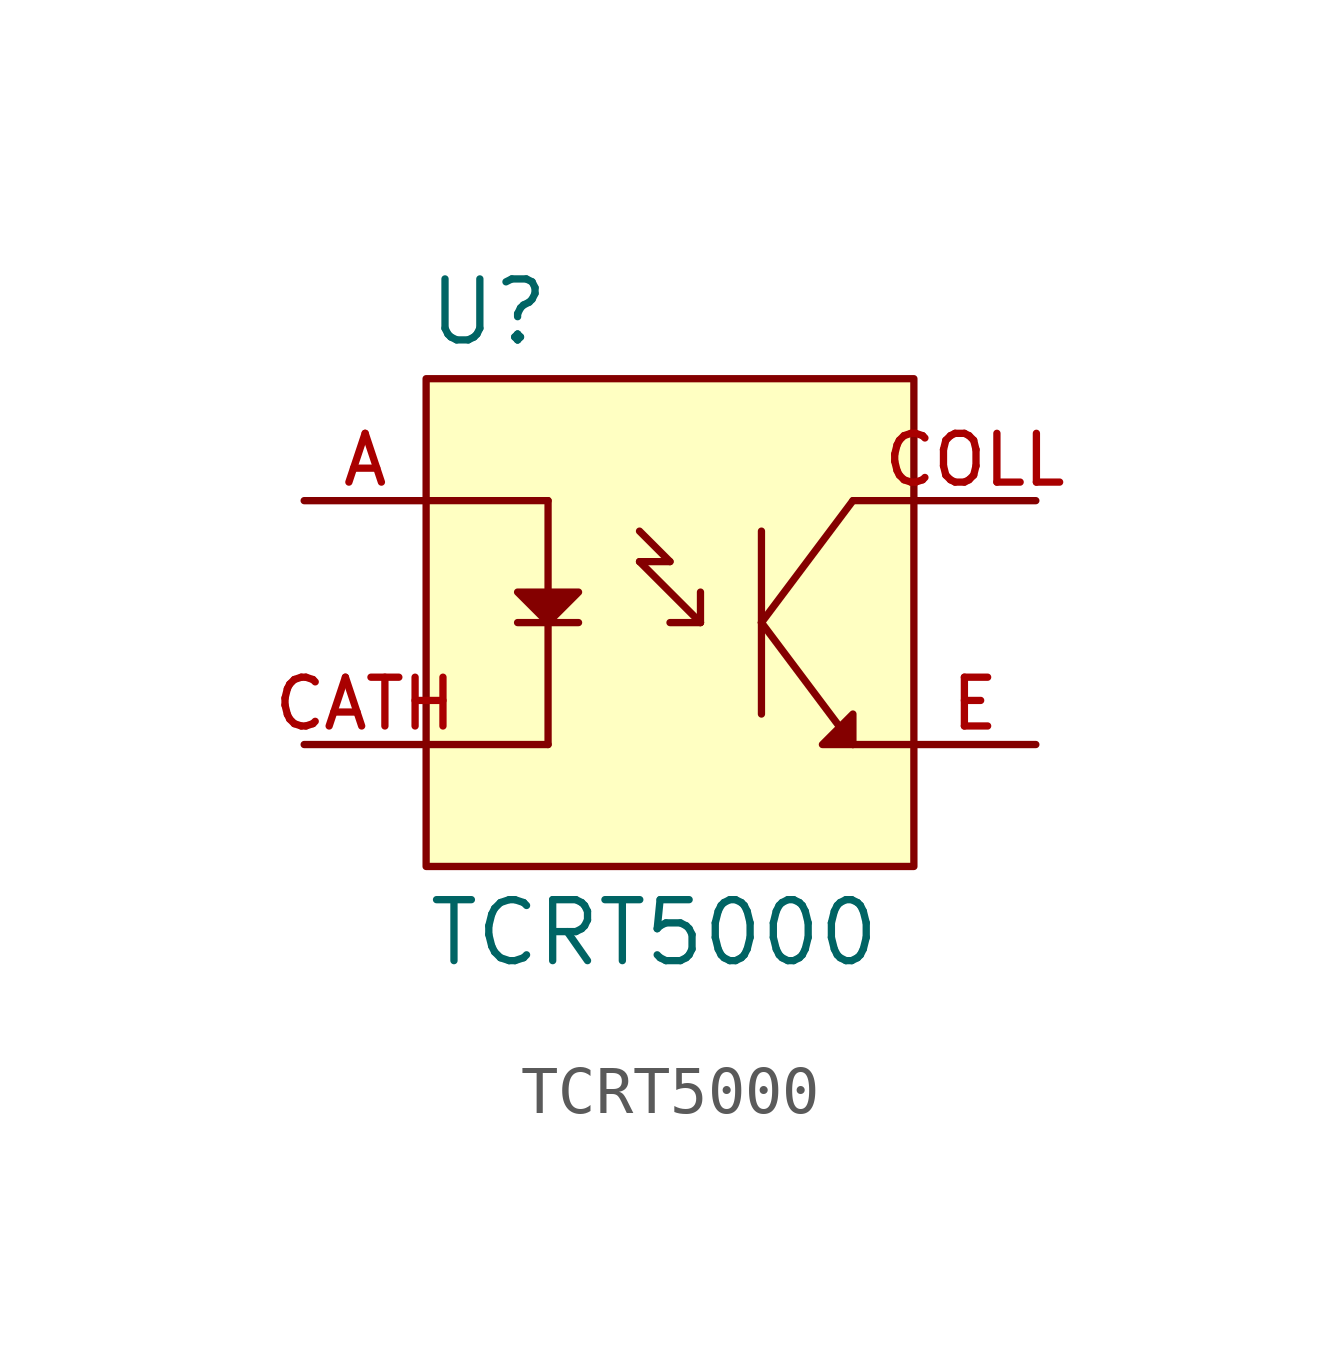
<source format=kicad_sym>
(kicad_symbol_lib
  (version 20211014)
  (generator kicad_symbol_editor)
  (symbol "TCRT5000"
    (pin_names
      (offset 1.016))
    (property "Reference" "U"
      (at -5.089 5.725 0)
      (effects (font (size 1.27 1.27)) (justify bottom left)))
    (property "Value" "TCRT5000"
      (at -5.084 -5.719 0)
      (effects (font (size 1.27 1.27)) (justify top left)))
    (symbol "TCRT5000_0_0"
      (polyline (pts (xy -5.08 2.54) (xy -2.54 2.54)) (stroke (width 0.152)))
      (polyline (pts (xy -2.54 2.54) (xy -2.54 -2.54)) (stroke (width 0.152)))
      (polyline (pts (xy -2.54 -2.54) (xy -5.08 -2.54)) (stroke (width 0.152)))
      (polyline (pts (xy -3.175 0.635) (xy -1.905 0.635) (xy -2.54 0.0) (xy -3.175 0.635)) (stroke (width 0.152)) (fill (type outline)))
      (polyline (pts (xy -3.175 0.0) (xy -1.905 0.0)) (stroke (width 0.152)))
      (polyline (pts (xy -0.635 1.905) (xy 0.0 1.27)) (stroke (width 0.152)))
      (polyline (pts (xy 0.0 1.27) (xy -0.635 1.27)) (stroke (width 0.152)))
      (polyline (pts (xy -0.635 1.27) (xy 0.635 0.0)) (stroke (width 0.152)))
      (polyline (pts (xy 0.635 0.635) (xy 0.635 0.0)) (stroke (width 0.152)))
      (polyline (pts (xy 0.635 0.0) (xy 0.0 0.0)) (stroke (width 0.152)))
      (polyline (pts (xy 1.905 1.905) (xy 1.905 0.0)) (stroke (width 0.152)))
      (polyline (pts (xy 1.905 0.0) (xy 1.905 -1.905)) (stroke (width 0.152)))
      (polyline (pts (xy 1.905 0.0) (xy 3.81 2.54)) (stroke (width 0.152)))
      (polyline (pts (xy 3.81 2.54) (xy 5.08 2.54)) (stroke (width 0.152)))
      (polyline (pts (xy 1.905 0.0) (xy 3.81 -2.54)) (stroke (width 0.152)))
      (polyline (pts (xy 3.81 -2.54) (xy 5.08 -2.54)) (stroke (width 0.152)))
      (polyline (pts (xy 3.175 -2.54) (xy 3.81 -2.54) (xy 3.81 -1.905) (xy 3.175 -2.54)) (stroke (width 0.152)) (fill (type outline)))
      (rectangle (start -5.08 -5.08) (end 5.08 5.08) (stroke (width 0.152)) (fill (type background)))
      (pin passive line (at -7.62 2.54 0) (length 2.54) (name "~" (effects (font (size 1.016 1.016)))) (number "A" (effects (font (size 1.016 1.016)))))
      (pin passive line (at -7.62 -2.54 0) (length 2.54) (name "~" (effects (font (size 1.016 1.016)))) (number "CATH" (effects (font (size 1.016 1.016)))))
      (pin passive line (at 7.62 2.54 180.0) (length 2.54) (name "~" (effects (font (size 1.016 1.016)))) (number "COLL" (effects (font (size 1.016 1.016)))))
      (pin passive line (at 7.62 -2.54 180.0) (length 2.54) (name "~" (effects (font (size 1.016 1.016)))) (number "E" (effects (font (size 1.016 1.016))))))))
</source>
